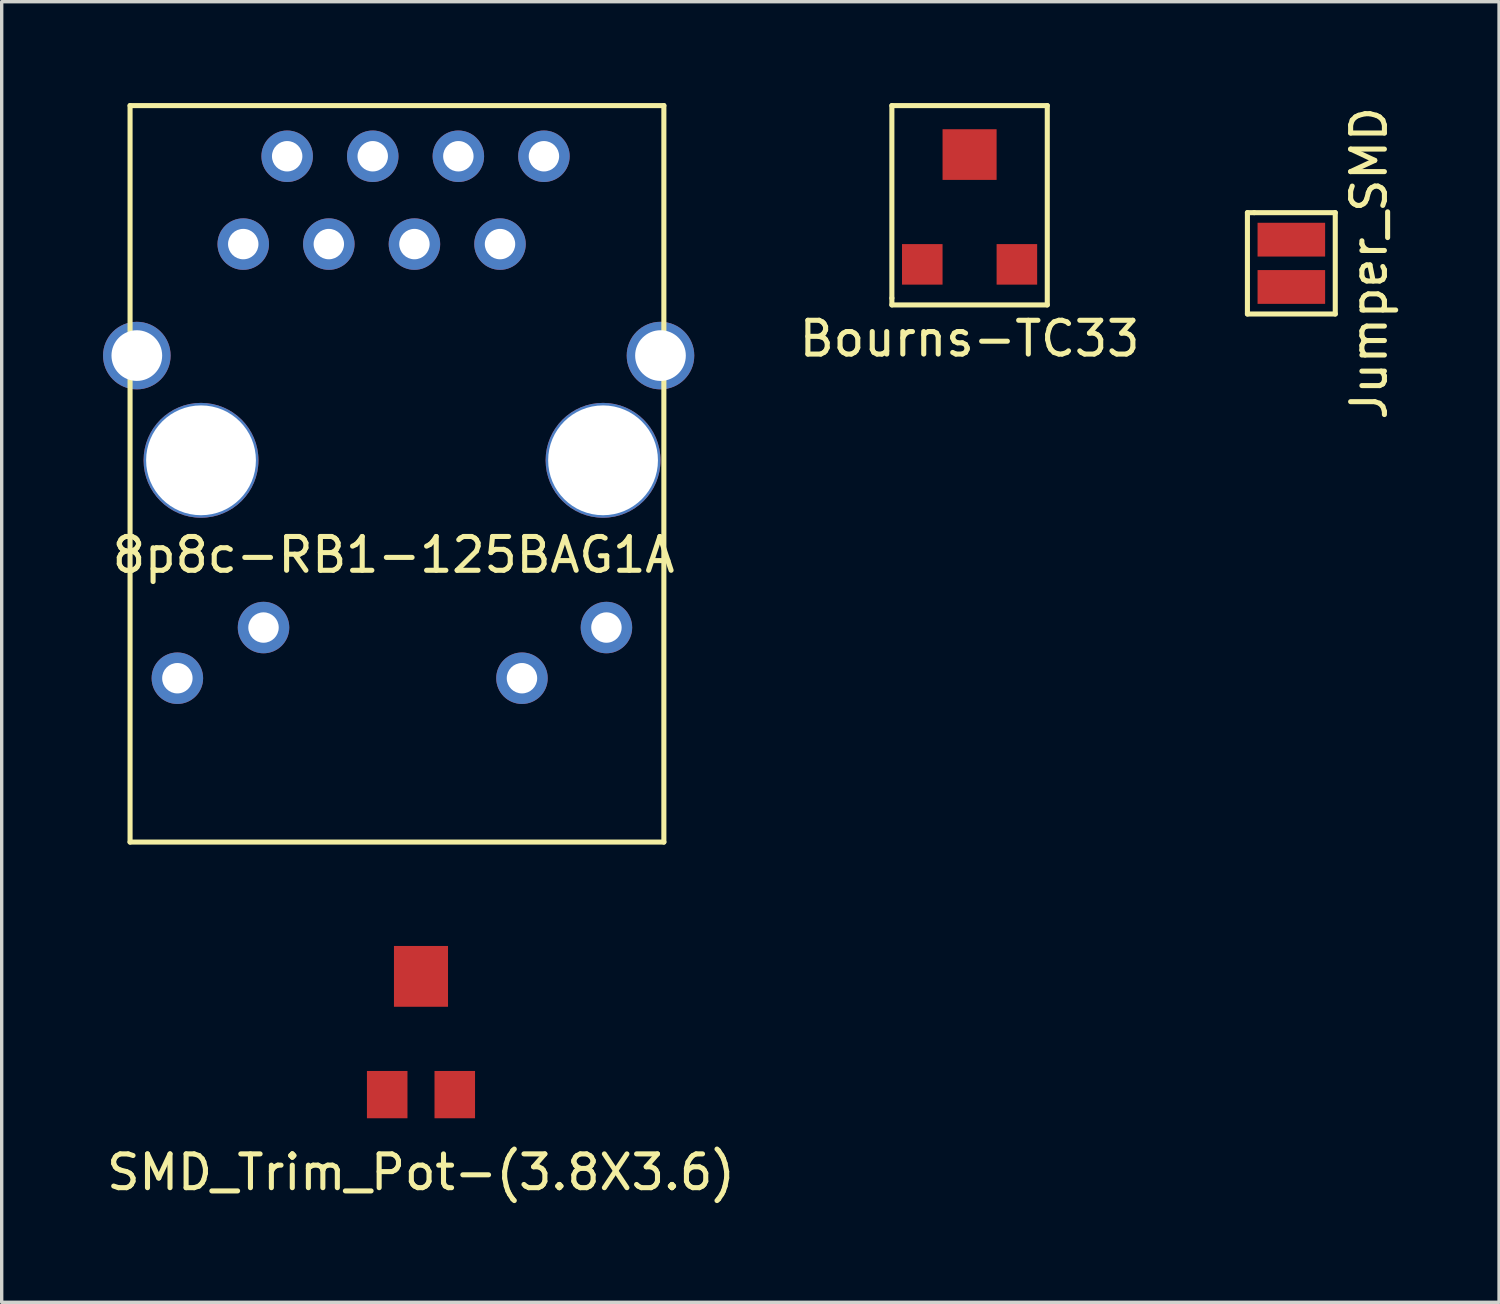
<source format=kicad_pcb>
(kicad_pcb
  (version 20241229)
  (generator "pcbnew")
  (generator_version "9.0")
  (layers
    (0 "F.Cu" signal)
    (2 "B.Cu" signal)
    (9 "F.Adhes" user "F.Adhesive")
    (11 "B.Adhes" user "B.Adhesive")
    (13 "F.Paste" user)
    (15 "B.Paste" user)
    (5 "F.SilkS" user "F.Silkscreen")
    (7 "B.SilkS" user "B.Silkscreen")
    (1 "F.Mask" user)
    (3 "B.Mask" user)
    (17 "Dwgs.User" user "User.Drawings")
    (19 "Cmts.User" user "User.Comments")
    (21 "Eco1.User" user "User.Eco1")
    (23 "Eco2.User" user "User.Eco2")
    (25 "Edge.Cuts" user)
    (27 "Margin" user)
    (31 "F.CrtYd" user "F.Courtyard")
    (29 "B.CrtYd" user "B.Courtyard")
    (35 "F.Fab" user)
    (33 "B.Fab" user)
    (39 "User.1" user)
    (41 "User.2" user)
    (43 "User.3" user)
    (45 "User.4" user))
  (footprint "Jumper_SMD"
    (layer "F.Cu")
    (at 35.173 4.744)
    (property "Reference" "Jumper_SMD" (at 2.3 0 90) (layer "F.SilkS") (effects (font (size 1 1) (thickness 0.15))))
    (attr through_hole)
    (fp_line (start -1.3 -1.5) (end -1.1 -1.5) (stroke (width 0.15) (type solid)) (layer "F.SilkS"))
    (fp_line (start -1.3 1.5) (end -1.3 -1.5) (stroke (width 0.15) (type solid)) (layer "F.SilkS"))
    (fp_line (start -1.1 -1.5) (end 1.3 -1.5) (stroke (width 0.15) (type solid)) (layer "F.SilkS"))
    (fp_line (start 1.3 -1.5) (end 1.3 1.5) (stroke (width 0.15) (type solid)) (layer "F.SilkS"))
    (fp_line (start 1.3 1.5) (end -1.3 1.5) (stroke (width 0.15) (type solid)) (layer "F.SilkS"))
    (pad "1" smd rect (at 0 -0.7) (size 2 1) (layers "F.Cu" "F.Mask" "F.Paste"))
    (pad "2" smd rect (at 0 0.7) (size 2 1) (layers "F.Cu" "F.Mask" "F.Paste")))
  (footprint "SMD_Trim_Pot-(3.8X3.6)"
    (layer "F.Cu")
    (at 9.411 27.45)
    (property "Reference" "SMD_Trim_Pot-(3.8X3.6)" (at 0 4.2 0) (layer "F.SilkS") (effects (font (size 1 1) (thickness 0.15))))
    (attr through_hole)
    (pad "1" smd rect (at 0 -1.6) (size 1.6 1.8) (layers "F.Cu" "F.Mask" "F.Paste"))
    (pad "2" smd rect (at -1 1.9) (size 1.2 1.4) (layers "F.Cu" "F.Mask" "F.Paste"))
    (pad "3" smd rect (at 1 1.9) (size 1.2 1.4) (layers "F.Cu" "F.Mask" "F.Paste")))
  (footprint "Bourns-TC33"
    (layer "F.Cu")
    (at 25.649 2.975)
    (property "Reference" "Bourns-TC33" (at 0 4 0) (layer "F.SilkS") (effects (font (size 1 1) (thickness 0.15))))
    (attr through_hole)
    (fp_line (start -2.3 -2.9) (end 2.3 -2.9) (stroke (width 0.15) (type solid)) (layer "F.SilkS"))
    (fp_line (start -2.3 2.8) (end -2.3 -2.9) (stroke (width 0.15) (type solid)) (layer "F.SilkS"))
    (fp_line (start -2.3 3) (end -2.3 2.8) (stroke (width 0.15) (type solid)) (layer "F.SilkS"))
    (fp_line (start 2.3 -2.9) (end 2.3 3) (stroke (width 0.15) (type solid)) (layer "F.SilkS"))
    (fp_line (start 2.3 3) (end -2.3 3) (stroke (width 0.15) (type solid)) (layer "F.SilkS"))
    (pad "1" smd rect (at -1.4 1.8) (size 1.2 1.2) (layers "F.Cu" "F.Mask" "F.Paste"))
    (pad "2" smd rect (at 0 -1.45) (size 1.6 1.5) (layers "F.Cu" "F.Mask" "F.Paste"))
    (pad "3" smd rect (at 1.4 1.8) (size 1.2 1.2) (layers "F.Cu" "F.Mask" "F.Paste")))
  (footprint "8p8c-RB1-125BAG1A"
    (layer "F.Cu")
    (at 8.6 6.875)
    (property "Reference" "8p8c-RB1-125BAG1A" (at 0 6.5 0) (layer "F.SilkS") (effects (font (size 1 1) (thickness 0.15))))
    (attr through_hole)
    (fp_line (start -7.8 -6.8) (end 8 -6.8) (stroke (width 0.15) (type solid)) (layer "F.SilkS"))
    (fp_line (start -7.8 15) (end -7.8 -6.8) (stroke (width 0.15) (type solid)) (layer "F.SilkS"))
    (fp_line (start 8 -6.8) (end 8 15) (stroke (width 0.15) (type solid)) (layer "F.SilkS"))
    (fp_line (start 8 15) (end -7.8 15) (stroke (width 0.15) (type solid)) (layer "F.SilkS"))
    (pad "" np_thru_hole circle (at -5.7 3.7) (size 3.4 3.4) (drill 3.25) (layers "*.Cu" "*.Mask"))
    (pad "" np_thru_hole circle (at 6.2 3.7) (size 3.4 3.4) (drill 3.25) (layers "*.Cu" "*.Mask"))
    (pad "1" thru_hole circle (at -4.45 -2.7) (size 1.524 1.524) (drill 0.9) (layers "*.Cu" "*.Mask"))
    (pad "2" thru_hole circle (at -3.15 -5.3) (size 1.524 1.524) (drill 0.9) (layers "*.Cu" "*.Mask"))
    (pad "3" thru_hole circle (at -1.917 -2.7) (size 1.524 1.524) (drill 0.9) (layers "*.Cu" "*.Mask"))
    (pad "4" thru_hole circle (at -0.617 -5.3) (size 1.524 1.524) (drill 0.9) (layers "*.Cu" "*.Mask"))
    (pad "5" thru_hole circle (at 0.617 -2.7) (size 1.524 1.524) (drill 0.9) (layers "*.Cu" "*.Mask"))
    (pad "6" thru_hole circle (at 1.917 -5.3) (size 1.524 1.524) (drill 0.9) (layers "*.Cu" "*.Mask"))
    (pad "7" thru_hole circle (at 3.15 -2.7) (size 1.524 1.524) (drill 0.9) (layers "*.Cu" "*.Mask"))
    (pad "8" thru_hole circle (at 4.45 -5.3) (size 1.524 1.524) (drill 0.9) (layers "*.Cu" "*.Mask"))
    (pad "9" thru_hole circle (at 7.9 0.6) (size 2 2) (drill 1.5) (layers "*.Cu" "*.Mask"))
    (pad "10" thru_hole circle (at -7.6 0.6) (size 2 2) (drill 1.5) (layers "*.Cu" "*.Mask"))
    (pad "11" thru_hole circle (at -3.85 8.65) (size 1.524 1.524) (drill 0.9) (layers "*.Cu" "*.Mask"))
    (pad "12" thru_hole circle (at -6.4 10.15) (size 1.524 1.524) (drill 0.9) (layers "*.Cu" "*.Mask"))
    (pad "13" thru_hole circle (at 6.3 8.65) (size 1.524 1.524) (drill 0.9) (layers "*.Cu" "*.Mask"))
    (pad "14" thru_hole circle (at 3.8 10.15) (size 1.524 1.524) (drill 0.9) (layers "*.Cu" "*.Mask")))
  (gr_rect
    (start -3 -3)
    (end 41.321 35.498)
    (stroke (width 0.1) (type default))
    (fill no)
    (layer "Edge.Cuts")))
</source>
